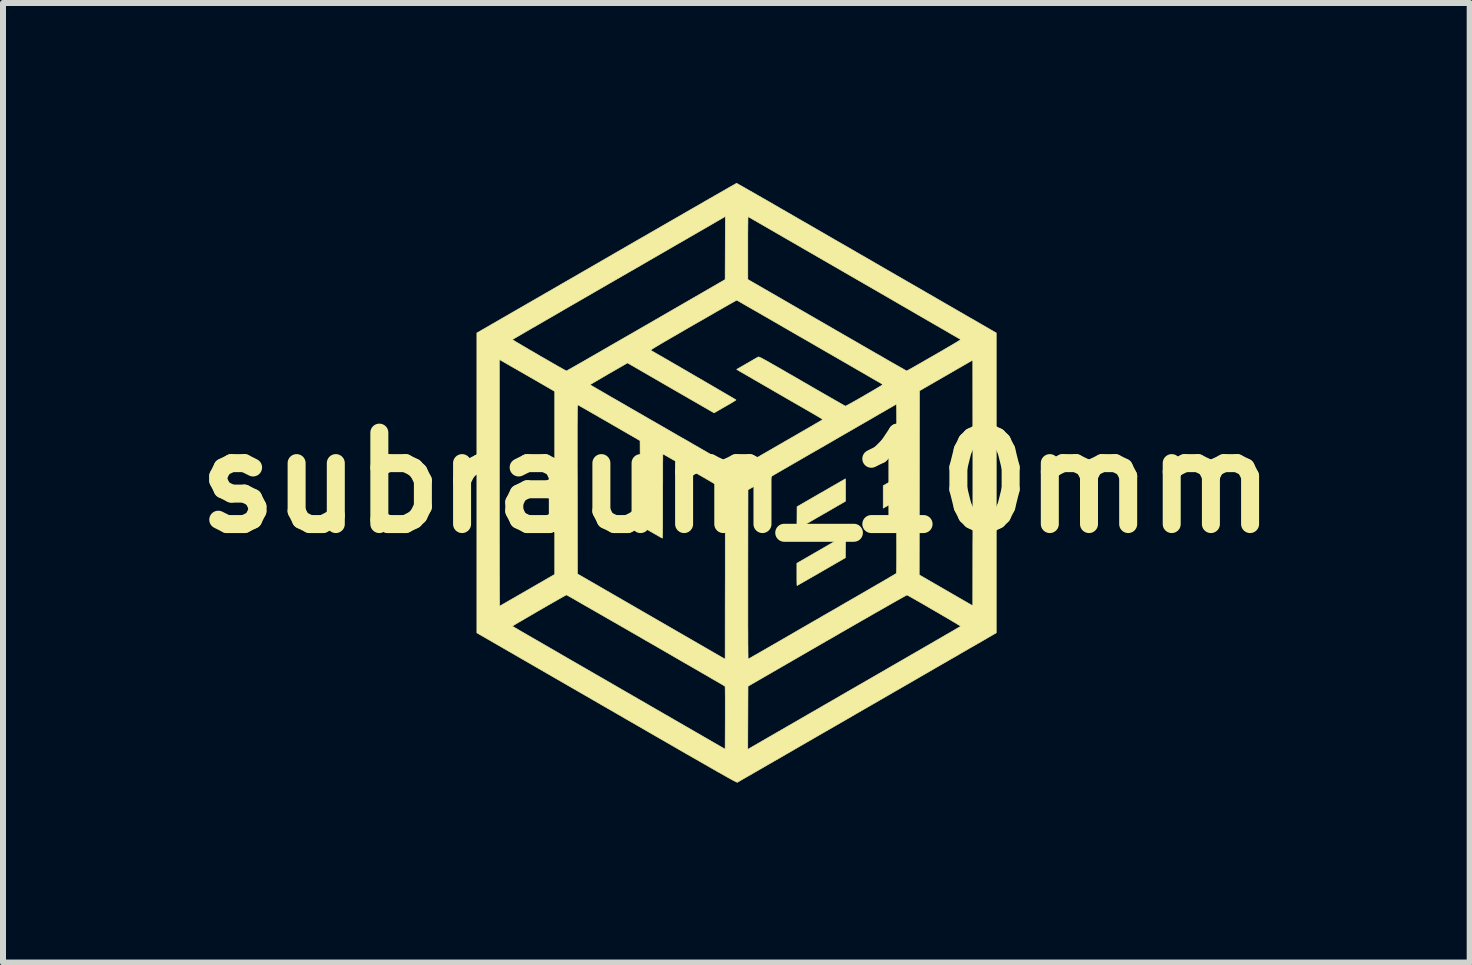
<source format=kicad_pcb>
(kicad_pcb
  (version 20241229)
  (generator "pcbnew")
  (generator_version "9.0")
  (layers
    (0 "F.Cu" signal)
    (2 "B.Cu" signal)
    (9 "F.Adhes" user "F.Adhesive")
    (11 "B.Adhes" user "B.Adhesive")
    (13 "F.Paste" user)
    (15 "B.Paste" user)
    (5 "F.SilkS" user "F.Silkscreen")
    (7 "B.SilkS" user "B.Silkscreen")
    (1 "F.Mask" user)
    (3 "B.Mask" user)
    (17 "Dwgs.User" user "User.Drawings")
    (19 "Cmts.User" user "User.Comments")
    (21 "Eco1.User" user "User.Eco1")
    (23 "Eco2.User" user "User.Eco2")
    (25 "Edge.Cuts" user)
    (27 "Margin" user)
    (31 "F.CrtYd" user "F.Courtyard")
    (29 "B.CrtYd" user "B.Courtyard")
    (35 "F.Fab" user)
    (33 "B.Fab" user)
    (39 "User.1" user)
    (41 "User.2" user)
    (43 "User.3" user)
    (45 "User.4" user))
  (footprint "subraum_10mm"
    (layer "F.Cu")
    (at 9.224 4.996)
    (property "Reference" "subraum_10mm" (at 0 0 0) (layer "F.SilkS") (effects (font (size 1.524 1.524) (thickness 0.3))))
    (attr through_hole)
    (fp_poly (pts (xy 1.818 -0.057) (xy 1.819 -0.038) (xy 1.82 -0.008) (xy 1.82 0.03) (xy 1.82 0.075) (xy 1.82 0.122) (xy 1.82 0.308) (xy 1.431 0.533) (xy 1.362 0.572) (xy 1.297 0.61) (xy 1.237 0.645) (xy 1.181 0.677) (xy 1.133 0.705) (xy 1.092 0.729) (xy 1.06 0.747) (xy 1.037 0.76) (xy 1.026 0.767) (xy 1.025 0.768) (xy 1.009 0.778) (xy 1.011 0.589) (xy 1.012 0.4) (xy 1.414 0.168) (xy 1.483 0.129) (xy 1.548 0.091) (xy 1.608 0.056) (xy 1.663 0.025) (xy 1.711 -0.003) (xy 1.752 -0.026) (xy 1.783 -0.044) (xy 1.805 -0.057) (xy 1.816 -0.063) (xy 1.818 -0.064) (xy 1.818 -0.057)) (stroke (width 0.01) (type solid)) (fill yes) (layer "F.SilkS"))
    (fp_poly (pts (xy 1.819 1.062) (xy 1.817 1.251) (xy 1.416 1.483) (xy 1.347 1.523) (xy 1.282 1.56) (xy 1.221 1.595) (xy 1.166 1.627) (xy 1.118 1.654) (xy 1.078 1.677) (xy 1.046 1.695) (xy 1.024 1.708) (xy 1.013 1.714) (xy 1.012 1.714) (xy 1.011 1.708) (xy 1.01 1.689) (xy 1.01 1.659) (xy 1.009 1.621) (xy 1.009 1.576) (xy 1.009 1.529) (xy 1.009 1.343) (xy 1.399 1.118) (xy 1.467 1.079) (xy 1.532 1.041) (xy 1.593 1.006) (xy 1.648 0.974) (xy 1.696 0.946) (xy 1.737 0.923) (xy 1.77 0.904) (xy 1.792 0.891) (xy 1.804 0.884) (xy 1.805 0.883) (xy 1.821 0.873) (xy 1.819 1.062)) (stroke (width 0.01) (type solid)) (fill yes) (layer "F.SilkS"))
    (fp_poly (pts (xy 0.011 -4.987) (xy 0.03 -4.977) (xy 0.059 -4.96) (xy 0.099 -4.938) (xy 0.149 -4.909) (xy 0.208 -4.875) (xy 0.276 -4.837) (xy 0.352 -4.793) (xy 0.436 -4.745) (xy 0.527 -4.693) (xy 0.624 -4.637) (xy 0.727 -4.577) (xy 0.835 -4.515) (xy 0.948 -4.45) (xy 1.065 -4.382) (xy 1.186 -4.313) (xy 1.257 -4.272) (xy 1.473 -4.147) (xy 1.678 -4.028) (xy 1.872 -3.917) (xy 2.055 -3.811) (xy 2.227 -3.712) (xy 2.389 -3.618) (xy 2.541 -3.53) (xy 2.685 -3.447) (xy 2.819 -3.37) (xy 2.945 -3.297) (xy 3.064 -3.229) (xy 3.174 -3.165) (xy 3.278 -3.105) (xy 3.375 -3.049) (xy 3.466 -2.996) (xy 3.551 -2.947) (xy 3.631 -2.901) (xy 3.706 -2.857) (xy 3.777 -2.817) (xy 3.843 -2.778) (xy 3.906 -2.742) (xy 3.966 -2.708) (xy 3.978 -2.701) (xy 4.332 -2.496) (xy 4.332 2.503) (xy 3.978 2.708) (xy 3.912 2.745) (xy 3.837 2.789) (xy 3.753 2.837) (xy 3.663 2.89) (xy 3.568 2.944) (xy 3.47 3.001) (xy 3.372 3.057) (xy 3.275 3.113) (xy 3.181 3.168) (xy 3.104 3.212) (xy 2.863 3.352) (xy 2.633 3.484) (xy 2.415 3.61) (xy 2.209 3.729) (xy 2.013 3.842) (xy 1.829 3.949) (xy 1.655 4.049) (xy 1.492 4.143) (xy 1.339 4.231) (xy 1.196 4.314) (xy 1.062 4.391) (xy 0.938 4.463) (xy 0.823 4.529) (xy 0.717 4.591) (xy 0.619 4.647) (xy 0.53 4.698) (xy 0.449 4.745) (xy 0.376 4.787) (xy 0.31 4.825) (xy 0.252 4.859) (xy 0.201 4.888) (xy 0.157 4.913) (xy 0.119 4.935) (xy 0.088 4.953) (xy 0.063 4.968) (xy 0.043 4.979) (xy 0.029 4.987) (xy 0.021 4.992) (xy 0.017 4.994) (xy 0.015 4.994) (xy 0.01 4.992) (xy 0.002 4.989) (xy -0.009 4.984) (xy -0.023 4.977) (xy -0.042 4.967) (xy -0.065 4.955) (xy -0.092 4.94) (xy -0.125 4.922) (xy -0.162 4.901) (xy -0.206 4.876) (xy -0.255 4.848) (xy -0.312 4.817) (xy -0.374 4.781) (xy -0.444 4.741) (xy -0.522 4.696) (xy -0.608 4.647) (xy -0.701 4.594) (xy -0.804 4.535) (xy -0.915 4.471) (xy -0.958 4.446) (xy 0.19 4.446) (xy 0.213 4.432) (xy 0.221 4.427) (xy 0.241 4.416) (xy 0.272 4.398) (xy 0.314 4.374) (xy 0.366 4.344) (xy 0.427 4.308) (xy 0.498 4.267) (xy 0.578 4.221) (xy 0.666 4.17) (xy 0.762 4.115) (xy 0.865 4.055) (xy 0.975 3.992) (xy 1.091 3.925) (xy 1.213 3.854) (xy 1.341 3.781) (xy 1.473 3.704) (xy 1.609 3.626) (xy 1.75 3.544) (xy 1.894 3.461) (xy 1.986 3.408) (xy 2.132 3.324) (xy 2.274 3.242) (xy 2.413 3.162) (xy 2.547 3.084) (xy 2.677 3.009) (xy 2.802 2.937) (xy 2.921 2.868) (xy 3.034 2.803) (xy 3.141 2.741) (xy 3.24 2.684) (xy 3.332 2.63) (xy 3.416 2.582) (xy 3.491 2.538) (xy 3.558 2.5) (xy 3.615 2.467) (xy 3.662 2.439) (xy 3.698 2.418) (xy 3.724 2.403) (xy 3.738 2.395) (xy 3.741 2.393) (xy 3.735 2.389) (xy 3.719 2.379) (xy 3.693 2.363) (xy 3.658 2.341) (xy 3.615 2.316) (xy 3.566 2.287) (xy 3.512 2.255) (xy 3.453 2.221) (xy 3.392 2.185) (xy 3.328 2.148) (xy 3.264 2.111) (xy 3.201 2.074) (xy 3.139 2.038) (xy 3.08 2.004) (xy 3.025 1.973) (xy 2.975 1.944) (xy 2.932 1.92) (xy 2.896 1.899) (xy 2.868 1.884) (xy 2.851 1.875) (xy 2.844 1.872) (xy 2.837 1.875) (xy 2.818 1.885) (xy 2.788 1.902) (xy 2.748 1.924) (xy 2.697 1.953) (xy 2.636 1.987) (xy 2.567 2.026) (xy 2.489 2.071) (xy 2.403 2.12) (xy 2.309 2.173) (xy 2.209 2.231) (xy 2.102 2.292) (xy 1.989 2.357) (xy 1.871 2.425) (xy 1.747 2.496) (xy 1.62 2.57) (xy 1.513 2.631) (xy 0.194 3.393) (xy 0.192 3.919) (xy 0.19 4.446) (xy -0.958 4.446) (xy -1.036 4.401) (xy -1.166 4.326) (xy -1.307 4.245) (xy -1.458 4.158) (xy -1.619 4.065) (xy -1.792 3.965) (xy -1.976 3.859) (xy -2.161 3.752) (xy -4.325 2.503) (xy -4.325 2.392) (xy -3.735 2.392) (xy -3.728 2.396) (xy -3.71 2.406) (xy -3.681 2.423) (xy -3.641 2.446) (xy -3.591 2.476) (xy -3.53 2.511) (xy -3.461 2.551) (xy -3.383 2.596) (xy -3.296 2.646) (xy -3.201 2.701) (xy -3.099 2.76) (xy -2.99 2.823) (xy -2.875 2.89) (xy -2.754 2.96) (xy -2.627 3.033) (xy -2.495 3.109) (xy -2.359 3.188) (xy -2.218 3.269) (xy -2.074 3.352) (xy -1.959 3.419) (xy -0.187 4.442) (xy -0.185 3.92) (xy -0.185 3.835) (xy -0.185 3.755) (xy -0.185 3.68) (xy -0.185 3.611) (xy -0.185 3.549) (xy -0.186 3.496) (xy -0.186 3.453) (xy -0.187 3.421) (xy -0.188 3.4) (xy -0.189 3.393) (xy -0.196 3.389) (xy -0.214 3.378) (xy -0.243 3.36) (xy -0.283 3.337) (xy -0.331 3.309) (xy -0.389 3.276) (xy -0.455 3.237) (xy -0.528 3.195) (xy -0.608 3.149) (xy -0.694 3.099) (xy -0.785 3.046) (xy -0.882 2.991) (xy -0.982 2.933) (xy -1.085 2.873) (xy -1.191 2.812) (xy -1.3 2.749) (xy -1.409 2.686) (xy -1.519 2.623) (xy -1.629 2.559) (xy -1.739 2.496) (xy -1.846 2.434) (xy -1.952 2.373) (xy -2.055 2.314) (xy -2.155 2.257) (xy -2.25 2.202) (xy -2.341 2.15) (xy -2.426 2.101) (xy -2.505 2.056) (xy -2.577 2.015) (xy -2.641 1.978) (xy -2.697 1.945) (xy -2.745 1.918) (xy -2.782 1.897) (xy -2.81 1.881) (xy -2.826 1.872) (xy -2.831 1.87) (xy -2.839 1.873) (xy -2.857 1.883) (xy -2.885 1.898) (xy -2.922 1.919) (xy -2.966 1.944) (xy -3.016 1.973) (xy -3.071 2.004) (xy -3.131 2.038) (xy -3.193 2.074) (xy -3.257 2.111) (xy -3.321 2.148) (xy -3.384 2.185) (xy -3.446 2.221) (xy -3.505 2.255) (xy -3.559 2.287) (xy -3.609 2.316) (xy -3.652 2.341) (xy -3.687 2.362) (xy -3.713 2.378) (xy -3.729 2.388) (xy -3.735 2.392) (xy -4.325 2.392) (xy -4.325 0.004) (xy -3.951 0.004) (xy -3.951 0.173) (xy -3.951 0.339) (xy -3.951 0.5) (xy -3.951 0.657) (xy -3.951 0.808) (xy -3.951 0.953) (xy -3.95 1.092) (xy -3.95 1.224) (xy -3.95 1.348) (xy -3.95 1.465) (xy -3.949 1.572) (xy -3.949 1.67) (xy -3.949 1.759) (xy -3.948 1.837) (xy -3.948 1.904) (xy -3.947 1.96) (xy -3.947 2.004) (xy -3.947 2.035) (xy -3.946 2.053) (xy -3.946 2.058) (xy -3.939 2.054) (xy -3.921 2.044) (xy -3.893 2.028) (xy -3.855 2.006) (xy -3.809 1.979) (xy -3.755 1.948) (xy -3.695 1.914) (xy -3.63 1.876) (xy -3.56 1.836) (xy -3.486 1.793) (xy -3.484 1.792) (xy -3.027 1.528) (xy -3.027 -0.719) (xy -2.652 -0.719) (xy -2.652 -0.618) (xy -2.652 -0.505) (xy -2.652 -0.381) (xy -2.652 -0.245) (xy -2.651 -0.096) (xy -2.651 0.067) (xy -2.651 0.11) (xy -2.649 1.52) (xy -1.418 2.231) (xy -0.187 2.942) (xy -0.186 1.94) (xy 0.192 1.94) (xy 0.192 2.067) (xy 0.192 2.188) (xy 0.192 2.302) (xy 0.192 2.409) (xy 0.193 2.509) (xy 0.193 2.599) (xy 0.193 2.681) (xy 0.194 2.753) (xy 0.194 2.814) (xy 0.195 2.864) (xy 0.195 2.902) (xy 0.196 2.927) (xy 0.196 2.94) (xy 0.196 2.941) (xy 0.203 2.937) (xy 0.221 2.927) (xy 0.251 2.91) (xy 0.29 2.887) (xy 0.34 2.859) (xy 0.399 2.825) (xy 0.467 2.786) (xy 0.543 2.742) (xy 0.626 2.694) (xy 0.717 2.642) (xy 0.814 2.586) (xy 0.916 2.527) (xy 1.024 2.464) (xy 1.137 2.399) (xy 1.253 2.332) (xy 1.374 2.263) (xy 1.429 2.23) (xy 1.551 2.16) (xy 1.67 2.092) (xy 1.784 2.025) (xy 1.894 1.962) (xy 2 1.901) (xy 2.1 1.843) (xy 2.193 1.789) (xy 2.28 1.738) (xy 2.36 1.692) (xy 2.431 1.651) (xy 2.495 1.614) (xy 2.549 1.582) (xy 2.593 1.556) (xy 2.628 1.536) (xy 2.628 1.536) (xy 3.048 1.536) (xy 3.494 1.794) (xy 3.941 2.052) (xy 3.942 1.03) (xy 3.943 0.887) (xy 3.943 0.732) (xy 3.943 0.568) (xy 3.943 0.396) (xy 3.943 0.219) (xy 3.943 0.04) (xy 3.943 -0.14) (xy 3.943 -0.318) (xy 3.943 -0.492) (xy 3.943 -0.66) (xy 3.943 -0.819) (xy 3.942 -0.967) (xy 3.942 -1.018) (xy 3.941 -2.045) (xy 3.052 -1.532) (xy 3.05 0.002) (xy 3.048 1.536) (xy 2.628 1.536) (xy 2.651 1.522) (xy 2.664 1.515) (xy 2.665 1.514) (xy 2.667 1.51) (xy 2.668 1.5) (xy 2.669 1.484) (xy 2.67 1.46) (xy 2.671 1.429) (xy 2.672 1.389) (xy 2.672 1.339) (xy 2.673 1.279) (xy 2.673 1.209) (xy 2.673 1.126) (xy 2.673 1.032) (xy 2.672 0.924) (xy 2.672 0.901) (xy 2.671 0.296) (xy 2.6 0.337) (xy 2.567 0.356) (xy 2.533 0.376) (xy 2.504 0.393) (xy 2.489 0.401) (xy 2.448 0.424) (xy 2.448 0.05) (xy 2.561 -0.015) (xy 2.674 -0.08) (xy 2.674 -0.697) (xy 2.674 -0.789) (xy 2.674 -0.876) (xy 2.674 -0.959) (xy 2.673 -1.035) (xy 2.673 -1.104) (xy 2.672 -1.165) (xy 2.672 -1.216) (xy 2.671 -1.257) (xy 2.67 -1.287) (xy 2.669 -1.305) (xy 2.669 -1.31) (xy 2.662 -1.306) (xy 2.644 -1.296) (xy 2.615 -1.279) (xy 2.575 -1.256) (xy 2.526 -1.228) (xy 2.468 -1.194) (xy 2.401 -1.156) (xy 2.327 -1.113) (xy 2.245 -1.065) (xy 2.156 -1.014) (xy 2.062 -0.96) (xy 1.962 -0.902) (xy 1.858 -0.842) (xy 1.75 -0.78) (xy 1.638 -0.715) (xy 1.609 -0.698) (xy 1.493 -0.631) (xy 1.379 -0.565) (xy 1.266 -0.501) (xy 1.157 -0.438) (xy 1.052 -0.377) (xy 0.951 -0.319) (xy 0.855 -0.263) (xy 0.766 -0.212) (xy 0.683 -0.164) (xy 0.608 -0.12) (xy 0.541 -0.082) (xy 0.484 -0.049) (xy 0.436 -0.021) (xy 0.399 0.000175) (xy 0.374 0.015) (xy 0.194 0.119) (xy 0.192 1.531) (xy 0.192 1.671) (xy 0.192 1.808) (xy 0.192 1.94) (xy -0.186 1.94) (xy -0.185 1.533) (xy -0.185 1.393) (xy -0.185 1.257) (xy -0.185 1.125) (xy -0.185 0.998) (xy -0.185 0.877) (xy -0.185 0.763) (xy -0.185 0.656) (xy -0.185 0.556) (xy -0.186 0.465) (xy -0.186 0.383) (xy -0.186 0.311) (xy -0.187 0.249) (xy -0.187 0.198) (xy -0.188 0.16) (xy -0.188 0.133) (xy -0.189 0.12) (xy -0.189 0.119) (xy -0.195 0.115) (xy -0.213 0.104) (xy -0.241 0.088) (xy -0.278 0.066) (xy -0.322 0.04) (xy -0.374 0.011) (xy -0.431 -0.022) (xy -0.492 -0.058) (xy -0.557 -0.096) (xy -0.625 -0.135) (xy -0.693 -0.174) (xy -0.762 -0.214) (xy -0.83 -0.253) (xy -0.896 -0.292) (xy -0.959 -0.328) (xy -1.018 -0.362) (xy -1.072 -0.393) (xy -1.119 -0.42) (xy -1.159 -0.443) (xy -1.191 -0.461) (xy -1.213 -0.473) (xy -1.224 -0.479) (xy -1.225 -0.48) (xy -1.225 -0.473) (xy -1.226 -0.453) (xy -1.226 -0.421) (xy -1.226 -0.377) (xy -1.227 -0.323) (xy -1.227 -0.26) (xy -1.227 -0.188) (xy -1.227 -0.109) (xy -1.227 -0.023) (xy -1.228 0.068) (xy -1.228 0.164) (xy -1.228 0.222) (xy -1.228 0.32) (xy -1.228 0.415) (xy -1.228 0.504) (xy -1.228 0.587) (xy -1.229 0.663) (xy -1.229 0.731) (xy -1.23 0.791) (xy -1.23 0.841) (xy -1.231 0.88) (xy -1.232 0.907) (xy -1.233 0.922) (xy -1.233 0.924) (xy -1.24 0.921) (xy -1.258 0.911) (xy -1.285 0.896) (xy -1.319 0.876) (xy -1.36 0.853) (xy -1.405 0.827) (xy -1.418 0.82) (xy -1.598 0.715) (xy -1.605 -0.701) (xy -2.117 -0.997) (xy -2.195 -1.042) (xy -2.27 -1.085) (xy -2.34 -1.126) (xy -2.406 -1.163) (xy -2.465 -1.197) (xy -2.517 -1.227) (xy -2.561 -1.252) (xy -2.597 -1.272) (xy -2.622 -1.287) (xy -2.637 -1.295) (xy -2.641 -1.296) (xy -2.642 -1.296) (xy -2.643 -1.295) (xy -2.645 -1.291) (xy -2.646 -1.286) (xy -2.647 -1.277) (xy -2.648 -1.264) (xy -2.648 -1.247) (xy -2.649 -1.225) (xy -2.65 -1.198) (xy -2.65 -1.165) (xy -2.651 -1.126) (xy -2.651 -1.079) (xy -2.651 -1.025) (xy -2.652 -0.962) (xy -2.652 -0.891) (xy -2.652 -0.81) (xy -2.652 -0.719) (xy -3.027 -0.719) (xy -3.027 -1.522) (xy -3.218 -1.633) (xy -2.439 -1.633) (xy -2.433 -1.629) (xy -2.414 -1.618) (xy -2.385 -1.601) (xy -2.346 -1.578) (xy -2.298 -1.55) (xy -2.24 -1.517) (xy -2.175 -1.479) (xy -2.103 -1.437) (xy -2.024 -1.392) (xy -1.939 -1.343) (xy -1.849 -1.291) (xy -1.755 -1.236) (xy -1.657 -1.18) (xy -1.556 -1.122) (xy -1.453 -1.062) (xy -1.348 -1.002) (xy -1.242 -0.941) (xy -1.136 -0.88) (xy -1.031 -0.819) (xy -0.927 -0.759) (xy -0.824 -0.701) (xy -0.725 -0.643) (xy -0.629 -0.588) (xy -0.537 -0.535) (xy -0.45 -0.485) (xy -0.368 -0.438) (xy -0.292 -0.395) (xy -0.224 -0.356) (xy -0.163 -0.321) (xy -0.11 -0.291) (xy -0.067 -0.266) (xy -0.033 -0.247) (xy -0.009 -0.233) (xy 0.003 -0.227) (xy 0.004 -0.226) (xy 0.012 -0.229) (xy 0.03 -0.239) (xy 0.059 -0.255) (xy 0.096 -0.276) (xy 0.141 -0.301) (xy 0.193 -0.331) (xy 0.251 -0.364) (xy 0.313 -0.399) (xy 0.368 -0.431) (xy 0.448 -0.478) (xy 0.537 -0.529) (xy 0.632 -0.584) (xy 0.729 -0.64) (xy 0.826 -0.696) (xy 0.92 -0.75) (xy 1.007 -0.8) (xy 1.072 -0.838) (xy 1.137 -0.875) (xy 1.198 -0.911) (xy 1.255 -0.943) (xy 1.305 -0.973) (xy 1.349 -0.998) (xy 1.385 -1.019) (xy 1.412 -1.035) (xy 1.429 -1.044) (xy 1.434 -1.048) (xy 1.436 -1.051) (xy 1.433 -1.056) (xy 1.424 -1.064) (xy 1.408 -1.076) (xy 1.383 -1.091) (xy 1.347 -1.112) (xy 1.31 -1.134) (xy 1.284 -1.149) (xy 1.246 -1.171) (xy 1.199 -1.198) (xy 1.142 -1.231) (xy 1.078 -1.268) (xy 1.008 -1.308) (xy 0.932 -1.352) (xy 0.852 -1.398) (xy 0.769 -1.446) (xy 0.684 -1.495) (xy 0.61 -1.538) (xy 0.528 -1.586) (xy 0.449 -1.631) (xy 0.373 -1.675) (xy 0.303 -1.715) (xy 0.239 -1.753) (xy 0.181 -1.786) (xy 0.132 -1.815) (xy 0.09 -1.839) (xy 0.058 -1.857) (xy 0.037 -1.87) (xy 0.026 -1.876) (xy 0.026 -1.876) (xy 0.006 -1.889) (xy 0.174 -1.986) (xy 0.219 -2.012) (xy 0.261 -2.036) (xy 0.298 -2.058) (xy 0.328 -2.075) (xy 0.349 -2.087) (xy 0.36 -2.094) (xy 0.361 -2.094) (xy 0.364 -2.095) (xy 0.367 -2.096) (xy 0.372 -2.096) (xy 0.379 -2.094) (xy 0.388 -2.091) (xy 0.401 -2.085) (xy 0.418 -2.077) (xy 0.439 -2.066) (xy 0.465 -2.051) (xy 0.498 -2.034) (xy 0.537 -2.012) (xy 0.583 -1.985) (xy 0.638 -1.954) (xy 0.701 -1.918) (xy 0.773 -1.877) (xy 0.855 -1.829) (xy 0.948 -1.776) (xy 1.052 -1.716) (xy 1.094 -1.691) (xy 1.187 -1.638) (xy 1.276 -1.586) (xy 1.361 -1.537) (xy 1.441 -1.491) (xy 1.516 -1.448) (xy 1.584 -1.409) (xy 1.645 -1.374) (xy 1.698 -1.344) (xy 1.742 -1.318) (xy 1.777 -1.299) (xy 1.802 -1.285) (xy 1.815 -1.277) (xy 1.818 -1.276) (xy 1.825 -1.279) (xy 1.843 -1.288) (xy 1.871 -1.303) (xy 1.906 -1.322) (xy 1.947 -1.345) (xy 1.994 -1.371) (xy 2.044 -1.4) (xy 2.097 -1.43) (xy 2.15 -1.461) (xy 2.203 -1.492) (xy 2.254 -1.521) (xy 2.301 -1.549) (xy 2.344 -1.575) (xy 2.381 -1.597) (xy 2.411 -1.615) (xy 2.432 -1.629) (xy 2.442 -1.636) (xy 2.443 -1.637) (xy 2.436 -1.641) (xy 2.418 -1.652) (xy 2.39 -1.669) (xy 2.351 -1.691) (xy 2.302 -1.719) (xy 2.245 -1.752) (xy 2.18 -1.79) (xy 2.108 -1.832) (xy 2.029 -1.877) (xy 1.945 -1.926) (xy 1.855 -1.978) (xy 1.761 -2.032) (xy 1.663 -2.089) (xy 1.562 -2.147) (xy 1.459 -2.206) (xy 1.354 -2.267) (xy 1.249 -2.328) (xy 1.143 -2.389) (xy 1.038 -2.449) (xy 0.934 -2.509) (xy 0.832 -2.568) (xy 0.733 -2.625) (xy 0.637 -2.681) (xy 0.545 -2.734) (xy 0.458 -2.784) (xy 0.377 -2.831) (xy 0.301 -2.874) (xy 0.233 -2.913) (xy 0.172 -2.948) (xy 0.12 -2.978) (xy 0.077 -3.003) (xy 0.043 -3.023) (xy 0.02 -3.036) (xy 0.008 -3.042) (xy 0.007 -3.043) (xy 0.000311 -3.04) (xy -0.018 -3.03) (xy -0.046 -3.014) (xy -0.085 -2.992) (xy -0.133 -2.965) (xy -0.189 -2.933) (xy -0.253 -2.896) (xy -0.324 -2.856) (xy -0.401 -2.811) (xy -0.483 -2.764) (xy -0.57 -2.714) (xy -0.661 -2.662) (xy -0.719 -2.629) (xy -0.828 -2.566) (xy -0.926 -2.509) (xy -1.012 -2.459) (xy -1.089 -2.415) (xy -1.155 -2.376) (xy -1.213 -2.343) (xy -1.262 -2.314) (xy -1.303 -2.289) (xy -1.337 -2.269) (xy -1.365 -2.252) (xy -1.386 -2.239) (xy -1.402 -2.228) (xy -1.414 -2.22) (xy -1.421 -2.214) (xy -1.425 -2.209) (xy -1.426 -2.207) (xy -1.425 -2.205) (xy -1.424 -2.204) (xy -1.406 -2.194) (xy -1.378 -2.178) (xy -1.341 -2.157) (xy -1.295 -2.13) (xy -1.241 -2.1) (xy -1.181 -2.065) (xy -1.115 -2.027) (xy -1.045 -1.986) (xy -0.97 -1.943) (xy -0.893 -1.898) (xy -0.813 -1.852) (xy -0.733 -1.805) (xy -0.652 -1.758) (xy -0.572 -1.712) (xy -0.494 -1.666) (xy -0.418 -1.622) (xy -0.346 -1.58) (xy -0.278 -1.54) (xy -0.216 -1.504) (xy -0.16 -1.471) (xy -0.111 -1.443) (xy -0.071 -1.419) (xy -0.039 -1.4) (xy -0.017 -1.387) (xy -0.007 -1.38) (xy -0.006 -1.379) (xy -0.012 -1.375) (xy -0.028 -1.364) (xy -0.054 -1.348) (xy -0.088 -1.327) (xy -0.128 -1.304) (xy -0.173 -1.278) (xy -0.189 -1.269) (xy -0.371 -1.164) (xy -1.093 -1.58) (xy -1.814 -1.997) (xy -2.128 -1.816) (xy -2.188 -1.781) (xy -2.245 -1.748) (xy -2.296 -1.718) (xy -2.342 -1.691) (xy -2.38 -1.669) (xy -2.41 -1.651) (xy -2.43 -1.639) (xy -2.439 -1.633) (xy -2.439 -1.633) (xy -3.218 -1.633) (xy -3.473 -1.78) (xy -3.546 -1.822) (xy -3.616 -1.862) (xy -3.682 -1.9) (xy -3.742 -1.934) (xy -3.796 -1.965) (xy -3.842 -1.992) (xy -3.881 -2.014) (xy -3.91 -2.031) (xy -3.928 -2.041) (xy -3.935 -2.045) (xy -3.951 -2.054) (xy -3.951 0.004) (xy -4.325 0.004) (xy -4.325 -2.386) (xy -3.734 -2.386) (xy -3.728 -2.382) (xy -3.712 -2.371) (xy -3.686 -2.355) (xy -3.651 -2.334) (xy -3.608 -2.309) (xy -3.559 -2.28) (xy -3.504 -2.248) (xy -3.446 -2.213) (xy -3.384 -2.178) (xy -3.321 -2.141) (xy -3.257 -2.103) (xy -3.193 -2.067) (xy -3.131 -2.031) (xy -3.072 -1.997) (xy -3.016 -1.965) (xy -2.966 -1.936) (xy -2.922 -1.912) (xy -2.886 -1.891) (xy -2.858 -1.876) (xy -2.839 -1.866) (xy -2.832 -1.863) (xy -2.825 -1.866) (xy -2.807 -1.876) (xy -2.777 -1.893) (xy -2.737 -1.916) (xy -2.687 -1.944) (xy -2.628 -1.978) (xy -2.559 -2.017) (xy -2.483 -2.061) (xy -2.398 -2.11) (xy -2.307 -2.162) (xy -2.209 -2.219) (xy -2.105 -2.279) (xy -1.995 -2.342) (xy -1.881 -2.408) (xy -1.762 -2.476) (xy -1.639 -2.547) (xy -1.513 -2.62) (xy -1.505 -2.624) (xy -0.187 -3.386) (xy -0.185 -3.916) (xy 0.191 -3.916) (xy 0.191 -3.388) (xy 1.511 -2.626) (xy 1.637 -2.553) (xy 1.76 -2.482) (xy 1.88 -2.413) (xy 1.995 -2.347) (xy 2.105 -2.283) (xy 2.209 -2.223) (xy 2.308 -2.166) (xy 2.4 -2.114) (xy 2.484 -2.065) (xy 2.561 -2.02) (xy 2.63 -1.981) (xy 2.69 -1.947) (xy 2.741 -1.918) (xy 2.782 -1.895) (xy 2.812 -1.877) (xy 2.831 -1.867) (xy 2.839 -1.863) (xy 2.839 -1.863) (xy 2.846 -1.866) (xy 2.864 -1.876) (xy 2.893 -1.892) (xy 2.931 -1.913) (xy 2.977 -1.939) (xy 3.031 -1.97) (xy 3.091 -2.004) (xy 3.156 -2.042) (xy 3.226 -2.082) (xy 3.296 -2.122) (xy 3.369 -2.164) (xy 3.438 -2.204) (xy 3.502 -2.242) (xy 3.561 -2.276) (xy 3.613 -2.307) (xy 3.657 -2.333) (xy 3.693 -2.355) (xy 3.72 -2.372) (xy 3.736 -2.382) (xy 3.741 -2.386) (xy 3.734 -2.39) (xy 3.716 -2.401) (xy 3.687 -2.418) (xy 3.647 -2.441) (xy 3.596 -2.47) (xy 3.536 -2.505) (xy 3.466 -2.546) (xy 3.388 -2.591) (xy 3.301 -2.641) (xy 3.206 -2.696) (xy 3.104 -2.755) (xy 2.995 -2.818) (xy 2.88 -2.885) (xy 2.758 -2.955) (xy 2.631 -3.029) (xy 2.5 -3.105) (xy 2.363 -3.184) (xy 2.223 -3.265) (xy 2.079 -3.348) (xy 1.968 -3.412) (xy 1.822 -3.496) (xy 1.679 -3.579) (xy 1.54 -3.659) (xy 1.405 -3.737) (xy 1.274 -3.813) (xy 1.148 -3.885) (xy 1.028 -3.955) (xy 0.915 -4.02) (xy 0.807 -4.082) (xy 0.707 -4.14) (xy 0.614 -4.194) (xy 0.529 -4.243) (xy 0.453 -4.287) (xy 0.385 -4.326) (xy 0.327 -4.36) (xy 0.279 -4.387) (xy 0.242 -4.409) (xy 0.215 -4.424) (xy 0.2 -4.433) (xy 0.196 -4.436) (xy 0.195 -4.429) (xy 0.194 -4.41) (xy 0.193 -4.379) (xy 0.193 -4.336) (xy 0.192 -4.284) (xy 0.192 -4.224) (xy 0.191 -4.156) (xy 0.191 -4.081) (xy 0.191 -4.001) (xy 0.191 -3.916) (xy -0.185 -3.916) (xy -0.183 -4.439) (xy -0.206 -4.425) (xy -0.214 -4.42) (xy -0.234 -4.409) (xy -0.265 -4.391) (xy -0.307 -4.367) (xy -0.359 -4.337) (xy -0.42 -4.301) (xy -0.491 -4.26) (xy -0.571 -4.214) (xy -0.659 -4.163) (xy -0.755 -4.108) (xy -0.858 -4.048) (xy -0.968 -3.985) (xy -1.084 -3.918) (xy -1.206 -3.847) (xy -1.333 -3.774) (xy -1.466 -3.697) (xy -1.602 -3.618) (xy -1.743 -3.537) (xy -1.887 -3.454) (xy -1.979 -3.401) (xy -2.125 -3.317) (xy -2.267 -3.235) (xy -2.405 -3.155) (xy -2.54 -3.077) (xy -2.67 -3.002) (xy -2.795 -2.93) (xy -2.914 -2.861) (xy -3.027 -2.795) (xy -3.133 -2.734) (xy -3.233 -2.676) (xy -3.325 -2.623) (xy -3.409 -2.575) (xy -3.484 -2.531) (xy -3.551 -2.492) (xy -3.607 -2.459) (xy -3.654 -2.432) (xy -3.691 -2.411) (xy -3.716 -2.396) (xy -3.731 -2.388) (xy -3.734 -2.386) (xy -4.325 -2.386) (xy -4.325 -2.496) (xy -2.164 -3.743) (xy -2.002 -3.837) (xy -1.844 -3.928) (xy -1.689 -4.018) (xy -1.537 -4.105) (xy -1.391 -4.189) (xy -1.249 -4.271) (xy -1.112 -4.35) (xy -0.981 -4.425) (xy -0.857 -4.497) (xy -0.739 -4.565) (xy -0.627 -4.629) (xy -0.524 -4.689) (xy -0.428 -4.744) (xy -0.341 -4.794) (xy -0.262 -4.839) (xy -0.193 -4.878) (xy -0.134 -4.913) (xy -0.084 -4.941) (xy -0.045 -4.963) (xy -0.017 -4.979) (xy -0.000491 -4.988) (xy 0.004 -4.991) (xy 0.011 -4.987)) (stroke (width 0.01) (type solid)) (fill yes) (layer "F.SilkS")))
  (gr_rect
    (start -3 -3)
    (end 21.448 12.994)
    (stroke (width 0.1) (type default))
    (fill no)
    (layer "Edge.Cuts")))
</source>
